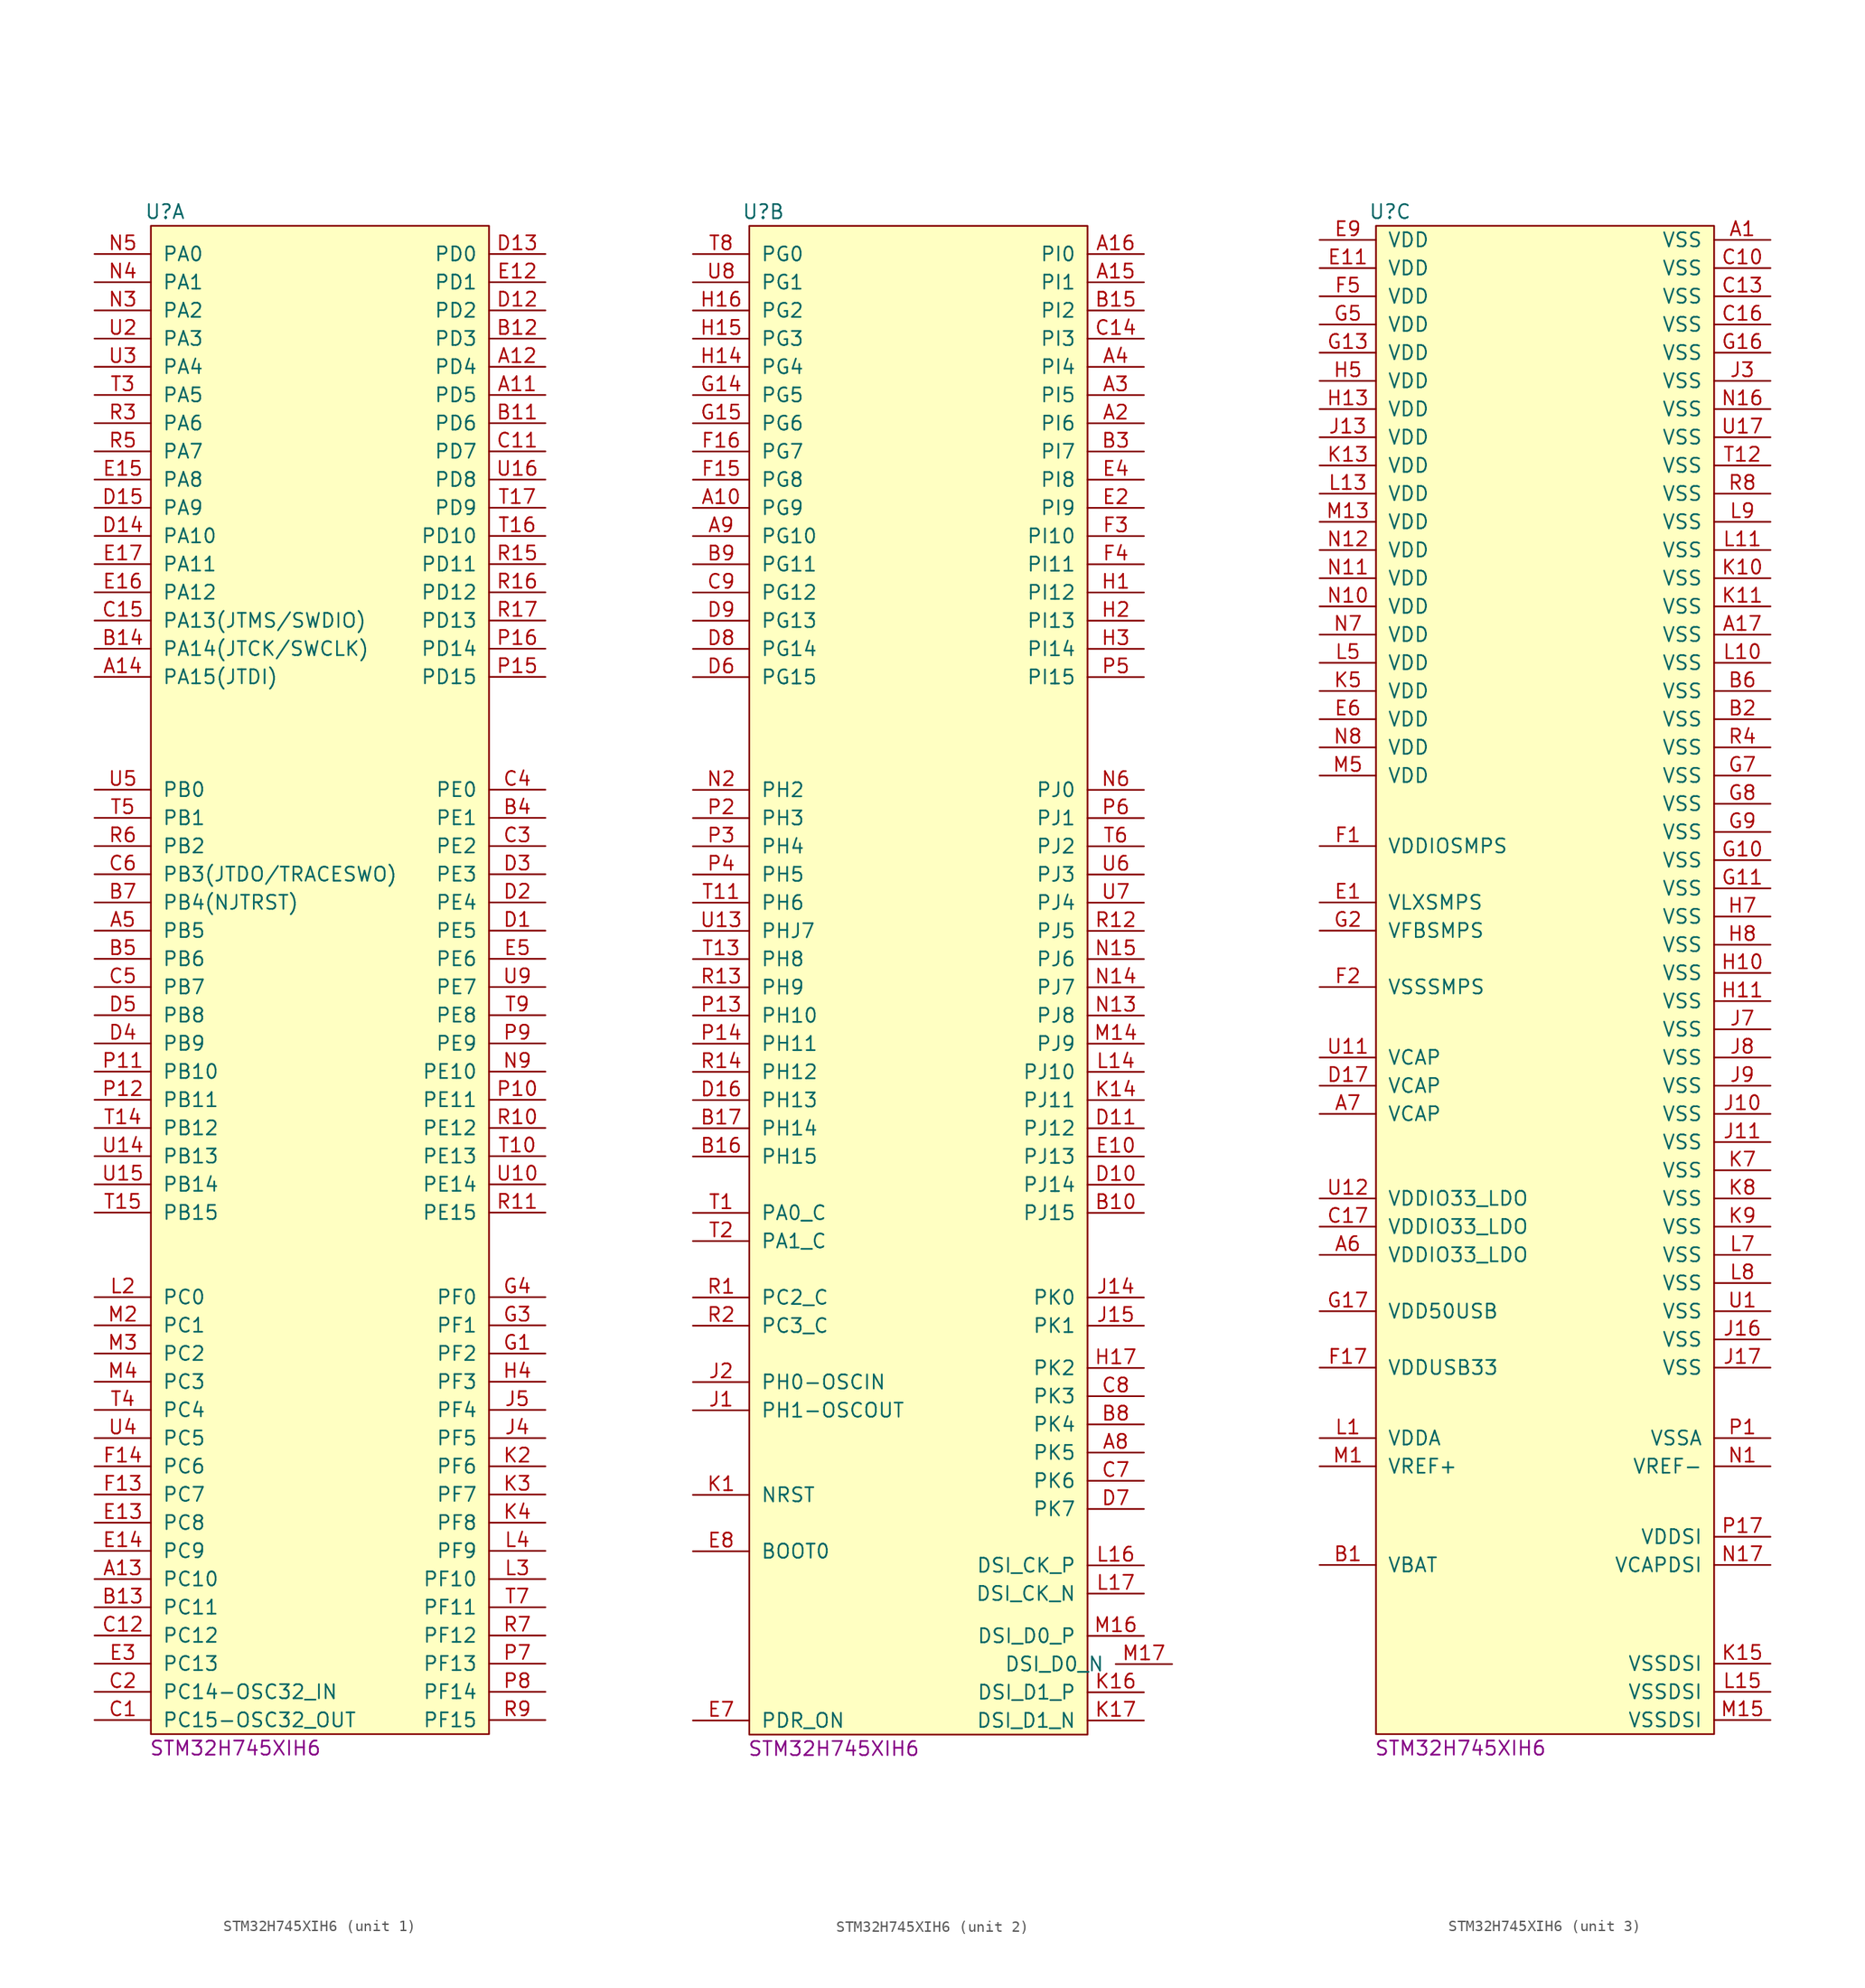
<source format=kicad_sym>
(kicad_symbol_lib
  (version 20220914)
  (generator kicad_symbol_editor)
  (symbol "STM32H745XIH6"
    (pin_names
      (offset 1.016))
    (property "Reference" "U"
      (at -24.13 1.27 0)
      (effects (font (size 1.27 1.27))))
    (property "_Value_" "STM32H745XIH6"
      (at -17.78 -137.16 0)
      (effects (font (size 1.27 1.27))))
    (symbol "STM32H745XIH6_0_1"
      (rectangle (start -25.4 0) (end 5.08 -135.89) (stroke (width 0) (type default)) (fill (type background))))
    (symbol "STM32H745XIH6_1_1"
      (pin bidirectional line (at 10.16 -15.24 180) (length 5.08) (name "PD5" (effects (font (size 1.27 1.27)))) (number "A11" (effects (font (size 1.27 1.27)))))
      (pin bidirectional line (at 10.16 -12.7 180) (length 5.08) (name "PD4" (effects (font (size 1.27 1.27)))) (number "A12" (effects (font (size 1.27 1.27)))))
      (pin bidirectional line (at -30.48 -121.92 0) (length 5.08) (name "PC10" (effects (font (size 1.27 1.27)))) (number "A13" (effects (font (size 1.27 1.27)))))
      (pin bidirectional line (at -30.48 -40.64 0) (length 5.08) (name "PA15(JTDI)" (effects (font (size 1.27 1.27)))) (number "A14" (effects (font (size 1.27 1.27)))))
      (pin bidirectional line (at -30.48 -63.5 0) (length 5.08) (name "PB5" (effects (font (size 1.27 1.27)))) (number "A5" (effects (font (size 1.27 1.27)))))
      (pin bidirectional line (at 10.16 -17.78 180) (length 5.08) (name "PD6" (effects (font (size 1.27 1.27)))) (number "B11" (effects (font (size 1.27 1.27)))))
      (pin bidirectional line (at 10.16 -10.16 180) (length 5.08) (name "PD3" (effects (font (size 1.27 1.27)))) (number "B12" (effects (font (size 1.27 1.27)))))
      (pin bidirectional line (at -30.48 -124.46 0) (length 5.08) (name "PC11" (effects (font (size 1.27 1.27)))) (number "B13" (effects (font (size 1.27 1.27)))))
      (pin bidirectional line (at -30.48 -38.1 0) (length 5.08) (name "PA14(JTCK/SWCLK)" (effects (font (size 1.27 1.27)))) (number "B14" (effects (font (size 1.27 1.27)))))
      (pin bidirectional line (at 10.16 -53.34 180) (length 5.08) (name "PE1" (effects (font (size 1.27 1.27)))) (number "B4" (effects (font (size 1.27 1.27)))))
      (pin bidirectional line (at -30.48 -66.04 0) (length 5.08) (name "PB6" (effects (font (size 1.27 1.27)))) (number "B5" (effects (font (size 1.27 1.27)))))
      (pin bidirectional line (at -30.48 -60.96 0) (length 5.08) (name "PB4(NJTRST)" (effects (font (size 1.27 1.27)))) (number "B7" (effects (font (size 1.27 1.27)))))
      (pin bidirectional line (at -30.48 -134.62 0) (length 5.08) (name "PC15-OSC32_OUT" (effects (font (size 1.27 1.27)))) (number "C1" (effects (font (size 1.27 1.27)))))
      (pin bidirectional line (at 10.16 -20.32 180) (length 5.08) (name "PD7" (effects (font (size 1.27 1.27)))) (number "C11" (effects (font (size 1.27 1.27)))))
      (pin bidirectional line (at -30.48 -127 0) (length 5.08) (name "PC12" (effects (font (size 1.27 1.27)))) (number "C12" (effects (font (size 1.27 1.27)))))
      (pin bidirectional line (at -30.48 -35.56 0) (length 5.08) (name "PA13(JTMS/SWDIO)" (effects (font (size 1.27 1.27)))) (number "C15" (effects (font (size 1.27 1.27)))))
      (pin bidirectional line (at -30.48 -132.08 0) (length 5.08) (name "PC14-OSC32_IN" (effects (font (size 1.27 1.27)))) (number "C2" (effects (font (size 1.27 1.27)))))
      (pin bidirectional line (at 10.16 -55.88 180) (length 5.08) (name "PE2" (effects (font (size 1.27 1.27)))) (number "C3" (effects (font (size 1.27 1.27)))))
      (pin bidirectional line (at 10.16 -50.8 180) (length 5.08) (name "PE0" (effects (font (size 1.27 1.27)))) (number "C4" (effects (font (size 1.27 1.27)))))
      (pin bidirectional line (at -30.48 -68.58 0) (length 5.08) (name "PB7" (effects (font (size 1.27 1.27)))) (number "C5" (effects (font (size 1.27 1.27)))))
      (pin bidirectional line (at -30.48 -58.42 0) (length 5.08) (name "PB3(JTDO/TRACESWO)" (effects (font (size 1.27 1.27)))) (number "C6" (effects (font (size 1.27 1.27)))))
      (pin bidirectional line (at 10.16 -63.5 180) (length 5.08) (name "PE5" (effects (font (size 1.27 1.27)))) (number "D1" (effects (font (size 1.27 1.27)))))
      (pin bidirectional line (at 10.16 -7.62 180) (length 5.08) (name "PD2" (effects (font (size 1.27 1.27)))) (number "D12" (effects (font (size 1.27 1.27)))))
      (pin bidirectional line (at 10.16 -2.54 180) (length 5.08) (name "PD0" (effects (font (size 1.27 1.27)))) (number "D13" (effects (font (size 1.27 1.27)))))
      (pin bidirectional line (at -30.48 -27.94 0) (length 5.08) (name "PA10" (effects (font (size 1.27 1.27)))) (number "D14" (effects (font (size 1.27 1.27)))))
      (pin bidirectional line (at -30.48 -25.4 0) (length 5.08) (name "PA9" (effects (font (size 1.27 1.27)))) (number "D15" (effects (font (size 1.27 1.27)))))
      (pin bidirectional line (at 10.16 -60.96 180) (length 5.08) (name "PE4" (effects (font (size 1.27 1.27)))) (number "D2" (effects (font (size 1.27 1.27)))))
      (pin bidirectional line (at 10.16 -58.42 180) (length 5.08) (name "PE3" (effects (font (size 1.27 1.27)))) (number "D3" (effects (font (size 1.27 1.27)))))
      (pin bidirectional line (at -30.48 -73.66 0) (length 5.08) (name "PB9" (effects (font (size 1.27 1.27)))) (number "D4" (effects (font (size 1.27 1.27)))))
      (pin bidirectional line (at -30.48 -71.12 0) (length 5.08) (name "PB8" (effects (font (size 1.27 1.27)))) (number "D5" (effects (font (size 1.27 1.27)))))
      (pin bidirectional line (at 10.16 -5.08 180) (length 5.08) (name "PD1" (effects (font (size 1.27 1.27)))) (number "E12" (effects (font (size 1.27 1.27)))))
      (pin bidirectional line (at -30.48 -116.84 0) (length 5.08) (name "PC8" (effects (font (size 1.27 1.27)))) (number "E13" (effects (font (size 1.27 1.27)))))
      (pin bidirectional line (at -30.48 -119.38 0) (length 5.08) (name "PC9" (effects (font (size 1.27 1.27)))) (number "E14" (effects (font (size 1.27 1.27)))))
      (pin bidirectional line (at -30.48 -22.86 0) (length 5.08) (name "PA8" (effects (font (size 1.27 1.27)))) (number "E15" (effects (font (size 1.27 1.27)))))
      (pin bidirectional line (at -30.48 -33.02 0) (length 5.08) (name "PA12" (effects (font (size 1.27 1.27)))) (number "E16" (effects (font (size 1.27 1.27)))))
      (pin bidirectional line (at -30.48 -30.48 0) (length 5.08) (name "PA11" (effects (font (size 1.27 1.27)))) (number "E17" (effects (font (size 1.27 1.27)))))
      (pin bidirectional line (at -30.48 -129.54 0) (length 5.08) (name "PC13" (effects (font (size 1.27 1.27)))) (number "E3" (effects (font (size 1.27 1.27)))))
      (pin bidirectional line (at 10.16 -66.04 180) (length 5.08) (name "PE6" (effects (font (size 1.27 1.27)))) (number "E5" (effects (font (size 1.27 1.27)))))
      (pin bidirectional line (at -30.48 -114.3 0) (length 5.08) (name "PC7" (effects (font (size 1.27 1.27)))) (number "F13" (effects (font (size 1.27 1.27)))))
      (pin bidirectional line (at -30.48 -111.76 0) (length 5.08) (name "PC6" (effects (font (size 1.27 1.27)))) (number "F14" (effects (font (size 1.27 1.27)))))
      (pin bidirectional line (at 10.16 -101.6 180) (length 5.08) (name "PF2" (effects (font (size 1.27 1.27)))) (number "G1" (effects (font (size 1.27 1.27)))))
      (pin bidirectional line (at 10.16 -99.06 180) (length 5.08) (name "PF1" (effects (font (size 1.27 1.27)))) (number "G3" (effects (font (size 1.27 1.27)))))
      (pin bidirectional line (at 10.16 -96.52 180) (length 5.08) (name "PF0" (effects (font (size 1.27 1.27)))) (number "G4" (effects (font (size 1.27 1.27)))))
      (pin bidirectional line (at 10.16 -104.14 180) (length 5.08) (name "PF3" (effects (font (size 1.27 1.27)))) (number "H4" (effects (font (size 1.27 1.27)))))
      (pin bidirectional line (at 10.16 -109.22 180) (length 5.08) (name "PF5" (effects (font (size 1.27 1.27)))) (number "J4" (effects (font (size 1.27 1.27)))))
      (pin bidirectional line (at 10.16 -106.68 180) (length 5.08) (name "PF4" (effects (font (size 1.27 1.27)))) (number "J5" (effects (font (size 1.27 1.27)))))
      (pin bidirectional line (at 10.16 -111.76 180) (length 5.08) (name "PF6" (effects (font (size 1.27 1.27)))) (number "K2" (effects (font (size 1.27 1.27)))))
      (pin bidirectional line (at 10.16 -114.3 180) (length 5.08) (name "PF7" (effects (font (size 1.27 1.27)))) (number "K3" (effects (font (size 1.27 1.27)))))
      (pin bidirectional line (at 10.16 -116.84 180) (length 5.08) (name "PF8" (effects (font (size 1.27 1.27)))) (number "K4" (effects (font (size 1.27 1.27)))))
      (pin bidirectional line (at -30.48 -96.52 0) (length 5.08) (name "PC0" (effects (font (size 1.27 1.27)))) (number "L2" (effects (font (size 1.27 1.27)))))
      (pin bidirectional line (at 10.16 -121.92 180) (length 5.08) (name "PF10" (effects (font (size 1.27 1.27)))) (number "L3" (effects (font (size 1.27 1.27)))))
      (pin bidirectional line (at 10.16 -119.38 180) (length 5.08) (name "PF9" (effects (font (size 1.27 1.27)))) (number "L4" (effects (font (size 1.27 1.27)))))
      (pin bidirectional line (at -30.48 -99.06 0) (length 5.08) (name "PC1" (effects (font (size 1.27 1.27)))) (number "M2" (effects (font (size 1.27 1.27)))))
      (pin bidirectional line (at -30.48 -101.6 0) (length 5.08) (name "PC2" (effects (font (size 1.27 1.27)))) (number "M3" (effects (font (size 1.27 1.27)))))
      (pin bidirectional line (at -30.48 -104.14 0) (length 5.08) (name "PC3" (effects (font (size 1.27 1.27)))) (number "M4" (effects (font (size 1.27 1.27)))))
      (pin bidirectional line (at -30.48 -7.62 0) (length 5.08) (name "PA2" (effects (font (size 1.27 1.27)))) (number "N3" (effects (font (size 1.27 1.27)))))
      (pin bidirectional line (at -30.48 -5.08 0) (length 5.08) (name "PA1" (effects (font (size 1.27 1.27)))) (number "N4" (effects (font (size 1.27 1.27)))))
      (pin bidirectional line (at -30.48 -2.54 0) (length 5.08) (name "PA0" (effects (font (size 1.27 1.27)))) (number "N5" (effects (font (size 1.27 1.27)))))
      (pin bidirectional line (at 10.16 -76.2 180) (length 5.08) (name "PE10" (effects (font (size 1.27 1.27)))) (number "N9" (effects (font (size 1.27 1.27)))))
      (pin bidirectional line (at 10.16 -78.74 180) (length 5.08) (name "PE11" (effects (font (size 1.27 1.27)))) (number "P10" (effects (font (size 1.27 1.27)))))
      (pin bidirectional line (at -30.48 -76.2 0) (length 5.08) (name "PB10" (effects (font (size 1.27 1.27)))) (number "P11" (effects (font (size 1.27 1.27)))))
      (pin bidirectional line (at -30.48 -78.74 0) (length 5.08) (name "PB11" (effects (font (size 1.27 1.27)))) (number "P12" (effects (font (size 1.27 1.27)))))
      (pin bidirectional line (at 10.16 -40.64 180) (length 5.08) (name "PD15" (effects (font (size 1.27 1.27)))) (number "P15" (effects (font (size 1.27 1.27)))))
      (pin bidirectional line (at 10.16 -38.1 180) (length 5.08) (name "PD14" (effects (font (size 1.27 1.27)))) (number "P16" (effects (font (size 1.27 1.27)))))
      (pin bidirectional line (at 10.16 -129.54 180) (length 5.08) (name "PF13" (effects (font (size 1.27 1.27)))) (number "P7" (effects (font (size 1.27 1.27)))))
      (pin bidirectional line (at 10.16 -132.08 180) (length 5.08) (name "PF14" (effects (font (size 1.27 1.27)))) (number "P8" (effects (font (size 1.27 1.27)))))
      (pin bidirectional line (at 10.16 -73.66 180) (length 5.08) (name "PE9" (effects (font (size 1.27 1.27)))) (number "P9" (effects (font (size 1.27 1.27)))))
      (pin bidirectional line (at 10.16 -81.28 180) (length 5.08) (name "PE12" (effects (font (size 1.27 1.27)))) (number "R10" (effects (font (size 1.27 1.27)))))
      (pin bidirectional line (at 10.16 -88.9 180) (length 5.08) (name "PE15" (effects (font (size 1.27 1.27)))) (number "R11" (effects (font (size 1.27 1.27)))))
      (pin bidirectional line (at 10.16 -30.48 180) (length 5.08) (name "PD11" (effects (font (size 1.27 1.27)))) (number "R15" (effects (font (size 1.27 1.27)))))
      (pin bidirectional line (at 10.16 -33.02 180) (length 5.08) (name "PD12" (effects (font (size 1.27 1.27)))) (number "R16" (effects (font (size 1.27 1.27)))))
      (pin bidirectional line (at 10.16 -35.56 180) (length 5.08) (name "PD13" (effects (font (size 1.27 1.27)))) (number "R17" (effects (font (size 1.27 1.27)))))
      (pin bidirectional line (at -30.48 -17.78 0) (length 5.08) (name "PA6" (effects (font (size 1.27 1.27)))) (number "R3" (effects (font (size 1.27 1.27)))))
      (pin bidirectional line (at -30.48 -20.32 0) (length 5.08) (name "PA7" (effects (font (size 1.27 1.27)))) (number "R5" (effects (font (size 1.27 1.27)))))
      (pin bidirectional line (at -30.48 -55.88 0) (length 5.08) (name "PB2" (effects (font (size 1.27 1.27)))) (number "R6" (effects (font (size 1.27 1.27)))))
      (pin bidirectional line (at 10.16 -127 180) (length 5.08) (name "PF12" (effects (font (size 1.27 1.27)))) (number "R7" (effects (font (size 1.27 1.27)))))
      (pin bidirectional line (at 10.16 -134.62 180) (length 5.08) (name "PF15" (effects (font (size 1.27 1.27)))) (number "R9" (effects (font (size 1.27 1.27)))))
      (pin bidirectional line (at 10.16 -83.82 180) (length 5.08) (name "PE13" (effects (font (size 1.27 1.27)))) (number "T10" (effects (font (size 1.27 1.27)))))
      (pin bidirectional line (at -30.48 -81.28 0) (length 5.08) (name "PB12" (effects (font (size 1.27 1.27)))) (number "T14" (effects (font (size 1.27 1.27)))))
      (pin bidirectional line (at -30.48 -88.9 0) (length 5.08) (name "PB15" (effects (font (size 1.27 1.27)))) (number "T15" (effects (font (size 1.27 1.27)))))
      (pin bidirectional line (at 10.16 -27.94 180) (length 5.08) (name "PD10" (effects (font (size 1.27 1.27)))) (number "T16" (effects (font (size 1.27 1.27)))))
      (pin bidirectional line (at 10.16 -25.4 180) (length 5.08) (name "PD9" (effects (font (size 1.27 1.27)))) (number "T17" (effects (font (size 1.27 1.27)))))
      (pin bidirectional line (at -30.48 -15.24 0) (length 5.08) (name "PA5" (effects (font (size 1.27 1.27)))) (number "T3" (effects (font (size 1.27 1.27)))))
      (pin bidirectional line (at -30.48 -106.68 0) (length 5.08) (name "PC4" (effects (font (size 1.27 1.27)))) (number "T4" (effects (font (size 1.27 1.27)))))
      (pin bidirectional line (at -30.48 -53.34 0) (length 5.08) (name "PB1" (effects (font (size 1.27 1.27)))) (number "T5" (effects (font (size 1.27 1.27)))))
      (pin bidirectional line (at 10.16 -124.46 180) (length 5.08) (name "PF11" (effects (font (size 1.27 1.27)))) (number "T7" (effects (font (size 1.27 1.27)))))
      (pin bidirectional line (at 10.16 -71.12 180) (length 5.08) (name "PE8" (effects (font (size 1.27 1.27)))) (number "T9" (effects (font (size 1.27 1.27)))))
      (pin bidirectional line (at 10.16 -86.36 180) (length 5.08) (name "PE14" (effects (font (size 1.27 1.27)))) (number "U10" (effects (font (size 1.27 1.27)))))
      (pin bidirectional line (at -30.48 -83.82 0) (length 5.08) (name "PB13" (effects (font (size 1.27 1.27)))) (number "U14" (effects (font (size 1.27 1.27)))))
      (pin bidirectional line (at -30.48 -86.36 0) (length 5.08) (name "PB14" (effects (font (size 1.27 1.27)))) (number "U15" (effects (font (size 1.27 1.27)))))
      (pin bidirectional line (at 10.16 -22.86 180) (length 5.08) (name "PD8" (effects (font (size 1.27 1.27)))) (number "U16" (effects (font (size 1.27 1.27)))))
      (pin bidirectional line (at -30.48 -10.16 0) (length 5.08) (name "PA3" (effects (font (size 1.27 1.27)))) (number "U2" (effects (font (size 1.27 1.27)))))
      (pin bidirectional line (at -30.48 -12.7 0) (length 5.08) (name "PA4" (effects (font (size 1.27 1.27)))) (number "U3" (effects (font (size 1.27 1.27)))))
      (pin bidirectional line (at -30.48 -109.22 0) (length 5.08) (name "PC5" (effects (font (size 1.27 1.27)))) (number "U4" (effects (font (size 1.27 1.27)))))
      (pin bidirectional line (at -30.48 -50.8 0) (length 5.08) (name "PB0" (effects (font (size 1.27 1.27)))) (number "U5" (effects (font (size 1.27 1.27)))))
      (pin bidirectional line (at 10.16 -68.58 180) (length 5.08) (name "PE7" (effects (font (size 1.27 1.27)))) (number "U9" (effects (font (size 1.27 1.27))))))
    (symbol "STM32H745XIH6_2_1"
      (pin bidirectional line (at -30.48 -25.4 0) (length 5.08) (name "PG9" (effects (font (size 1.27 1.27)))) (number "A10" (effects (font (size 1.27 1.27)))))
      (pin bidirectional line (at 10.16 -5.08 180) (length 5.08) (name "PI1" (effects (font (size 1.27 1.27)))) (number "A15" (effects (font (size 1.27 1.27)))))
      (pin bidirectional line (at 10.16 -2.54 180) (length 5.08) (name "PI0" (effects (font (size 1.27 1.27)))) (number "A16" (effects (font (size 1.27 1.27)))))
      (pin bidirectional line (at 10.16 -17.78 180) (length 5.08) (name "PI6" (effects (font (size 1.27 1.27)))) (number "A2" (effects (font (size 1.27 1.27)))))
      (pin bidirectional line (at 10.16 -15.24 180) (length 5.08) (name "PI5" (effects (font (size 1.27 1.27)))) (number "A3" (effects (font (size 1.27 1.27)))))
      (pin bidirectional line (at 10.16 -12.7 180) (length 5.08) (name "PI4" (effects (font (size 1.27 1.27)))) (number "A4" (effects (font (size 1.27 1.27)))))
      (pin bidirectional line (at 10.16 -110.49 180) (length 5.08) (name "PK5" (effects (font (size 1.27 1.27)))) (number "A8" (effects (font (size 1.27 1.27)))))
      (pin bidirectional line (at -30.48 -27.94 0) (length 5.08) (name "PG10" (effects (font (size 1.27 1.27)))) (number "A9" (effects (font (size 1.27 1.27)))))
      (pin bidirectional line (at 10.16 -88.9 180) (length 5.08) (name "PJ15" (effects (font (size 1.27 1.27)))) (number "B10" (effects (font (size 1.27 1.27)))))
      (pin bidirectional line (at 10.16 -7.62 180) (length 5.08) (name "PI2" (effects (font (size 1.27 1.27)))) (number "B15" (effects (font (size 1.27 1.27)))))
      (pin bidirectional line (at -30.48 -83.82 0) (length 5.08) (name "PH15" (effects (font (size 1.27 1.27)))) (number "B16" (effects (font (size 1.27 1.27)))))
      (pin bidirectional line (at -30.48 -81.28 0) (length 5.08) (name "PH14" (effects (font (size 1.27 1.27)))) (number "B17" (effects (font (size 1.27 1.27)))))
      (pin bidirectional line (at 10.16 -20.32 180) (length 5.08) (name "PI7" (effects (font (size 1.27 1.27)))) (number "B3" (effects (font (size 1.27 1.27)))))
      (pin bidirectional line (at 10.16 -107.95 180) (length 5.08) (name "PK4" (effects (font (size 1.27 1.27)))) (number "B8" (effects (font (size 1.27 1.27)))))
      (pin bidirectional line (at -30.48 -30.48 0) (length 5.08) (name "PG11" (effects (font (size 1.27 1.27)))) (number "B9" (effects (font (size 1.27 1.27)))))
      (pin bidirectional line (at 10.16 -10.16 180) (length 5.08) (name "PI3" (effects (font (size 1.27 1.27)))) (number "C14" (effects (font (size 1.27 1.27)))))
      (pin bidirectional line (at 10.16 -113.03 180) (length 5.08) (name "PK6" (effects (font (size 1.27 1.27)))) (number "C7" (effects (font (size 1.27 1.27)))))
      (pin bidirectional line (at 10.16 -105.41 180) (length 5.08) (name "PK3" (effects (font (size 1.27 1.27)))) (number "C8" (effects (font (size 1.27 1.27)))))
      (pin bidirectional line (at -30.48 -33.02 0) (length 5.08) (name "PG12" (effects (font (size 1.27 1.27)))) (number "C9" (effects (font (size 1.27 1.27)))))
      (pin bidirectional line (at 10.16 -86.36 180) (length 5.08) (name "PJ14" (effects (font (size 1.27 1.27)))) (number "D10" (effects (font (size 1.27 1.27)))))
      (pin bidirectional line (at 10.16 -81.28 180) (length 5.08) (name "PJ12" (effects (font (size 1.27 1.27)))) (number "D11" (effects (font (size 1.27 1.27)))))
      (pin bidirectional line (at -30.48 -78.74 0) (length 5.08) (name "PH13" (effects (font (size 1.27 1.27)))) (number "D16" (effects (font (size 1.27 1.27)))))
      (pin bidirectional line (at -30.48 -40.64 0) (length 5.08) (name "PG15" (effects (font (size 1.27 1.27)))) (number "D6" (effects (font (size 1.27 1.27)))))
      (pin bidirectional line (at 10.16 -115.57 180) (length 5.08) (name "PK7" (effects (font (size 1.27 1.27)))) (number "D7" (effects (font (size 1.27 1.27)))))
      (pin bidirectional line (at -30.48 -38.1 0) (length 5.08) (name "PG14" (effects (font (size 1.27 1.27)))) (number "D8" (effects (font (size 1.27 1.27)))))
      (pin bidirectional line (at -30.48 -35.56 0) (length 5.08) (name "PG13" (effects (font (size 1.27 1.27)))) (number "D9" (effects (font (size 1.27 1.27)))))
      (pin bidirectional line (at 10.16 -83.82 180) (length 5.08) (name "PJ13" (effects (font (size 1.27 1.27)))) (number "E10" (effects (font (size 1.27 1.27)))))
      (pin bidirectional line (at 10.16 -25.4 180) (length 5.08) (name "PI9" (effects (font (size 1.27 1.27)))) (number "E2" (effects (font (size 1.27 1.27)))))
      (pin bidirectional line (at 10.16 -22.86 180) (length 5.08) (name "PI8" (effects (font (size 1.27 1.27)))) (number "E4" (effects (font (size 1.27 1.27)))))
      (pin bidirectional line (at -30.48 -134.62 0) (length 5.08) (name "PDR_ON" (effects (font (size 1.27 1.27)))) (number "E7" (effects (font (size 1.27 1.27)))))
      (pin bidirectional line (at -30.48 -119.38 0) (length 5.08) (name "BOOT0" (effects (font (size 1.27 1.27)))) (number "E8" (effects (font (size 1.27 1.27)))))
      (pin bidirectional line (at -30.48 -22.86 0) (length 5.08) (name "PG8" (effects (font (size 1.27 1.27)))) (number "F15" (effects (font (size 1.27 1.27)))))
      (pin bidirectional line (at -30.48 -20.32 0) (length 5.08) (name "PG7" (effects (font (size 1.27 1.27)))) (number "F16" (effects (font (size 1.27 1.27)))))
      (pin bidirectional line (at 10.16 -27.94 180) (length 5.08) (name "PI10" (effects (font (size 1.27 1.27)))) (number "F3" (effects (font (size 1.27 1.27)))))
      (pin bidirectional line (at 10.16 -30.48 180) (length 5.08) (name "PI11" (effects (font (size 1.27 1.27)))) (number "F4" (effects (font (size 1.27 1.27)))))
      (pin bidirectional line (at -30.48 -15.24 0) (length 5.08) (name "PG5" (effects (font (size 1.27 1.27)))) (number "G14" (effects (font (size 1.27 1.27)))))
      (pin bidirectional line (at -30.48 -17.78 0) (length 5.08) (name "PG6" (effects (font (size 1.27 1.27)))) (number "G15" (effects (font (size 1.27 1.27)))))
      (pin bidirectional line (at 10.16 -33.02 180) (length 5.08) (name "PI12" (effects (font (size 1.27 1.27)))) (number "H1" (effects (font (size 1.27 1.27)))))
      (pin bidirectional line (at -30.48 -12.7 0) (length 5.08) (name "PG4" (effects (font (size 1.27 1.27)))) (number "H14" (effects (font (size 1.27 1.27)))))
      (pin bidirectional line (at -30.48 -10.16 0) (length 5.08) (name "PG3" (effects (font (size 1.27 1.27)))) (number "H15" (effects (font (size 1.27 1.27)))))
      (pin bidirectional line (at -30.48 -7.62 0) (length 5.08) (name "PG2" (effects (font (size 1.27 1.27)))) (number "H16" (effects (font (size 1.27 1.27)))))
      (pin bidirectional line (at 10.16 -102.87 180) (length 5.08) (name "PK2" (effects (font (size 1.27 1.27)))) (number "H17" (effects (font (size 1.27 1.27)))))
      (pin bidirectional line (at 10.16 -35.56 180) (length 5.08) (name "PI13" (effects (font (size 1.27 1.27)))) (number "H2" (effects (font (size 1.27 1.27)))))
      (pin bidirectional line (at 10.16 -38.1 180) (length 5.08) (name "PI14" (effects (font (size 1.27 1.27)))) (number "H3" (effects (font (size 1.27 1.27)))))
      (pin bidirectional line (at -30.48 -106.68 0) (length 5.08) (name "PH1-OSCOUT" (effects (font (size 1.27 1.27)))) (number "J1" (effects (font (size 1.27 1.27)))))
      (pin bidirectional line (at 10.16 -96.52 180) (length 5.08) (name "PK0" (effects (font (size 1.27 1.27)))) (number "J14" (effects (font (size 1.27 1.27)))))
      (pin bidirectional line (at 10.16 -99.06 180) (length 5.08) (name "PK1" (effects (font (size 1.27 1.27)))) (number "J15" (effects (font (size 1.27 1.27)))))
      (pin bidirectional line (at -30.48 -104.14 0) (length 5.08) (name "PH0-OSCIN" (effects (font (size 1.27 1.27)))) (number "J2" (effects (font (size 1.27 1.27)))))
      (pin bidirectional line (at -30.48 -114.3 0) (length 5.08) (name "NRST" (effects (font (size 1.27 1.27)))) (number "K1" (effects (font (size 1.27 1.27)))))
      (pin bidirectional line (at 10.16 -78.74 180) (length 5.08) (name "PJ11" (effects (font (size 1.27 1.27)))) (number "K14" (effects (font (size 1.27 1.27)))))
      (pin bidirectional line (at 10.16 -132.08 180) (length 5.08) (name "DSI_D1_P" (effects (font (size 1.27 1.27)))) (number "K16" (effects (font (size 1.27 1.27)))))
      (pin bidirectional line (at 10.16 -134.62 180) (length 5.08) (name "DSI_D1_N" (effects (font (size 1.27 1.27)))) (number "K17" (effects (font (size 1.27 1.27)))))
      (pin bidirectional line (at 10.16 -76.2 180) (length 5.08) (name "PJ10" (effects (font (size 1.27 1.27)))) (number "L14" (effects (font (size 1.27 1.27)))))
      (pin bidirectional line (at 10.16 -120.65 180) (length 5.08) (name "DSI_CK_P" (effects (font (size 1.27 1.27)))) (number "L16" (effects (font (size 1.27 1.27)))))
      (pin bidirectional line (at 10.16 -123.19 180) (length 5.08) (name "DSI_CK_N" (effects (font (size 1.27 1.27)))) (number "L17" (effects (font (size 1.27 1.27)))))
      (pin bidirectional line (at 10.16 -73.66 180) (length 5.08) (name "PJ9" (effects (font (size 1.27 1.27)))) (number "M14" (effects (font (size 1.27 1.27)))))
      (pin bidirectional line (at 10.16 -127 180) (length 5.08) (name "DSI_D0_P" (effects (font (size 1.27 1.27)))) (number "M16" (effects (font (size 1.27 1.27)))))
      (pin bidirectional line (at 12.7 -129.54 180) (length 5.08) (name "DSI_D0_N" (effects (font (size 1.27 1.27)))) (number "M17" (effects (font (size 1.27 1.27)))))
      (pin bidirectional line (at 10.16 -71.12 180) (length 5.08) (name "PJ8" (effects (font (size 1.27 1.27)))) (number "N13" (effects (font (size 1.27 1.27)))))
      (pin bidirectional line (at 10.16 -68.58 180) (length 5.08) (name "PJ7" (effects (font (size 1.27 1.27)))) (number "N14" (effects (font (size 1.27 1.27)))))
      (pin bidirectional line (at 10.16 -66.04 180) (length 5.08) (name "PJ6" (effects (font (size 1.27 1.27)))) (number "N15" (effects (font (size 1.27 1.27)))))
      (pin bidirectional line (at -30.48 -50.8 0) (length 5.08) (name "PH2" (effects (font (size 1.27 1.27)))) (number "N2" (effects (font (size 1.27 1.27)))))
      (pin bidirectional line (at 10.16 -50.8 180) (length 5.08) (name "PJ0" (effects (font (size 1.27 1.27)))) (number "N6" (effects (font (size 1.27 1.27)))))
      (pin bidirectional line (at -30.48 -71.12 0) (length 5.08) (name "PH10" (effects (font (size 1.27 1.27)))) (number "P13" (effects (font (size 1.27 1.27)))))
      (pin bidirectional line (at -30.48 -73.66 0) (length 5.08) (name "PH11" (effects (font (size 1.27 1.27)))) (number "P14" (effects (font (size 1.27 1.27)))))
      (pin bidirectional line (at -30.48 -53.34 0) (length 5.08) (name "PH3" (effects (font (size 1.27 1.27)))) (number "P2" (effects (font (size 1.27 1.27)))))
      (pin bidirectional line (at -30.48 -55.88 0) (length 5.08) (name "PH4" (effects (font (size 1.27 1.27)))) (number "P3" (effects (font (size 1.27 1.27)))))
      (pin bidirectional line (at -30.48 -58.42 0) (length 5.08) (name "PH5" (effects (font (size 1.27 1.27)))) (number "P4" (effects (font (size 1.27 1.27)))))
      (pin bidirectional line (at 10.16 -40.64 180) (length 5.08) (name "PI15" (effects (font (size 1.27 1.27)))) (number "P5" (effects (font (size 1.27 1.27)))))
      (pin bidirectional line (at 10.16 -53.34 180) (length 5.08) (name "PJ1" (effects (font (size 1.27 1.27)))) (number "P6" (effects (font (size 1.27 1.27)))))
      (pin bidirectional line (at -30.48 -96.52 0) (length 5.08) (name "PC2_C" (effects (font (size 1.27 1.27)))) (number "R1" (effects (font (size 1.27 1.27)))))
      (pin bidirectional line (at 10.16 -63.5 180) (length 5.08) (name "PJ5" (effects (font (size 1.27 1.27)))) (number "R12" (effects (font (size 1.27 1.27)))))
      (pin bidirectional line (at -30.48 -68.58 0) (length 5.08) (name "PH9" (effects (font (size 1.27 1.27)))) (number "R13" (effects (font (size 1.27 1.27)))))
      (pin bidirectional line (at -30.48 -76.2 0) (length 5.08) (name "PH12" (effects (font (size 1.27 1.27)))) (number "R14" (effects (font (size 1.27 1.27)))))
      (pin bidirectional line (at -30.48 -99.06 0) (length 5.08) (name "PC3_C" (effects (font (size 1.27 1.27)))) (number "R2" (effects (font (size 1.27 1.27)))))
      (pin bidirectional line (at -30.48 -88.9 0) (length 5.08) (name "PA0_C" (effects (font (size 1.27 1.27)))) (number "T1" (effects (font (size 1.27 1.27)))))
      (pin bidirectional line (at -30.48 -60.96 0) (length 5.08) (name "PH6" (effects (font (size 1.27 1.27)))) (number "T11" (effects (font (size 1.27 1.27)))))
      (pin bidirectional line (at -30.48 -66.04 0) (length 5.08) (name "PH8" (effects (font (size 1.27 1.27)))) (number "T13" (effects (font (size 1.27 1.27)))))
      (pin bidirectional line (at -30.48 -91.44 0) (length 5.08) (name "PA1_C" (effects (font (size 1.27 1.27)))) (number "T2" (effects (font (size 1.27 1.27)))))
      (pin bidirectional line (at 10.16 -55.88 180) (length 5.08) (name "PJ2" (effects (font (size 1.27 1.27)))) (number "T6" (effects (font (size 1.27 1.27)))))
      (pin bidirectional line (at -30.48 -2.54 0) (length 5.08) (name "PG0" (effects (font (size 1.27 1.27)))) (number "T8" (effects (font (size 1.27 1.27)))))
      (pin bidirectional line (at -30.48 -63.5 0) (length 5.08) (name "PHJ7" (effects (font (size 1.27 1.27)))) (number "U13" (effects (font (size 1.27 1.27)))))
      (pin bidirectional line (at 10.16 -58.42 180) (length 5.08) (name "PJ3" (effects (font (size 1.27 1.27)))) (number "U6" (effects (font (size 1.27 1.27)))))
      (pin bidirectional line (at 10.16 -60.96 180) (length 5.08) (name "PJ4" (effects (font (size 1.27 1.27)))) (number "U7" (effects (font (size 1.27 1.27)))))
      (pin bidirectional line (at -30.48 -5.08 0) (length 5.08) (name "PG1" (effects (font (size 1.27 1.27)))) (number "U8" (effects (font (size 1.27 1.27))))))
    (symbol "STM32H745XIH6_3_1"
      (pin passive line (at 10.16 -1.27 180) (length 5.08) (name "VSS" (effects (font (size 1.27 1.27)))) (number "A1" (effects (font (size 1.27 1.27)))))
      (pin passive line (at 10.16 -36.83 180) (length 5.08) (name "VSS" (effects (font (size 1.27 1.27)))) (number "A17" (effects (font (size 1.27 1.27)))))
      (pin power_in line (at -30.48 -92.71 0) (length 5.08) (name "VDDIO33_LDO" (effects (font (size 1.27 1.27)))) (number "A6" (effects (font (size 1.27 1.27)))))
      (pin power_in line (at -30.48 -80.01 0) (length 5.08) (name "VCAP" (effects (font (size 1.27 1.27)))) (number "A7" (effects (font (size 1.27 1.27)))))
      (pin power_in line (at -30.48 -120.65 0) (length 5.08) (name "VBAT" (effects (font (size 1.27 1.27)))) (number "B1" (effects (font (size 1.27 1.27)))))
      (pin passive line (at 10.16 -44.45 180) (length 5.08) (name "VSS" (effects (font (size 1.27 1.27)))) (number "B2" (effects (font (size 1.27 1.27)))))
      (pin passive line (at 10.16 -41.91 180) (length 5.08) (name "VSS" (effects (font (size 1.27 1.27)))) (number "B6" (effects (font (size 1.27 1.27)))))
      (pin passive line (at 10.16 -3.81 180) (length 5.08) (name "VSS" (effects (font (size 1.27 1.27)))) (number "C10" (effects (font (size 1.27 1.27)))))
      (pin passive line (at 10.16 -6.35 180) (length 5.08) (name "VSS" (effects (font (size 1.27 1.27)))) (number "C13" (effects (font (size 1.27 1.27)))))
      (pin passive line (at 10.16 -8.89 180) (length 5.08) (name "VSS" (effects (font (size 1.27 1.27)))) (number "C16" (effects (font (size 1.27 1.27)))))
      (pin power_in line (at -30.48 -90.17 0) (length 5.08) (name "VDDIO33_LDO" (effects (font (size 1.27 1.27)))) (number "C17" (effects (font (size 1.27 1.27)))))
      (pin power_in line (at -30.48 -77.47 0) (length 5.08) (name "VCAP" (effects (font (size 1.27 1.27)))) (number "D17" (effects (font (size 1.27 1.27)))))
      (pin power_in line (at -30.48 -60.96 0) (length 5.08) (name "VLXSMPS" (effects (font (size 1.27 1.27)))) (number "E1" (effects (font (size 1.27 1.27)))))
      (pin power_in line (at -30.48 -3.81 0) (length 5.08) (name "VDD" (effects (font (size 1.27 1.27)))) (number "E11" (effects (font (size 1.27 1.27)))))
      (pin power_in line (at -30.48 -44.45 0) (length 5.08) (name "VDD" (effects (font (size 1.27 1.27)))) (number "E6" (effects (font (size 1.27 1.27)))))
      (pin power_in line (at -30.48 -1.27 0) (length 5.08) (name "VDD" (effects (font (size 1.27 1.27)))) (number "E9" (effects (font (size 1.27 1.27)))))
      (pin power_in line (at -30.48 -55.88 0) (length 5.08) (name "VDDIOSMPS" (effects (font (size 1.27 1.27)))) (number "F1" (effects (font (size 1.27 1.27)))))
      (pin power_in line (at -30.48 -102.87 0) (length 5.08) (name "VDDUSB33" (effects (font (size 1.27 1.27)))) (number "F17" (effects (font (size 1.27 1.27)))))
      (pin power_in line (at -30.48 -68.58 0) (length 5.08) (name "VSSSMPS" (effects (font (size 1.27 1.27)))) (number "F2" (effects (font (size 1.27 1.27)))))
      (pin power_in line (at -30.48 -6.35 0) (length 5.08) (name "VDD" (effects (font (size 1.27 1.27)))) (number "F5" (effects (font (size 1.27 1.27)))))
      (pin passive line (at 10.16 -57.15 180) (length 5.08) (name "VSS" (effects (font (size 1.27 1.27)))) (number "G10" (effects (font (size 1.27 1.27)))))
      (pin passive line (at 10.16 -59.69 180) (length 5.08) (name "VSS" (effects (font (size 1.27 1.27)))) (number "G11" (effects (font (size 1.27 1.27)))))
      (pin power_in line (at -30.48 -11.43 0) (length 5.08) (name "VDD" (effects (font (size 1.27 1.27)))) (number "G13" (effects (font (size 1.27 1.27)))))
      (pin passive line (at 10.16 -11.43 180) (length 5.08) (name "VSS" (effects (font (size 1.27 1.27)))) (number "G16" (effects (font (size 1.27 1.27)))))
      (pin power_in line (at -30.48 -97.79 0) (length 5.08) (name "VDD50USB" (effects (font (size 1.27 1.27)))) (number "G17" (effects (font (size 1.27 1.27)))))
      (pin power_in line (at -30.48 -63.5 0) (length 5.08) (name "VFBSMPS" (effects (font (size 1.27 1.27)))) (number "G2" (effects (font (size 1.27 1.27)))))
      (pin power_in line (at -30.48 -8.89 0) (length 5.08) (name "VDD" (effects (font (size 1.27 1.27)))) (number "G5" (effects (font (size 1.27 1.27)))))
      (pin passive line (at 10.16 -49.53 180) (length 5.08) (name "VSS" (effects (font (size 1.27 1.27)))) (number "G7" (effects (font (size 1.27 1.27)))))
      (pin passive line (at 10.16 -52.07 180) (length 5.08) (name "VSS" (effects (font (size 1.27 1.27)))) (number "G8" (effects (font (size 1.27 1.27)))))
      (pin passive line (at 10.16 -54.61 180) (length 5.08) (name "VSS" (effects (font (size 1.27 1.27)))) (number "G9" (effects (font (size 1.27 1.27)))))
      (pin passive line (at 10.16 -67.31 180) (length 5.08) (name "VSS" (effects (font (size 1.27 1.27)))) (number "H10" (effects (font (size 1.27 1.27)))))
      (pin passive line (at 10.16 -69.85 180) (length 5.08) (name "VSS" (effects (font (size 1.27 1.27)))) (number "H11" (effects (font (size 1.27 1.27)))))
      (pin power_in line (at -30.48 -16.51 0) (length 5.08) (name "VDD" (effects (font (size 1.27 1.27)))) (number "H13" (effects (font (size 1.27 1.27)))))
      (pin power_in line (at -30.48 -13.97 0) (length 5.08) (name "VDD" (effects (font (size 1.27 1.27)))) (number "H5" (effects (font (size 1.27 1.27)))))
      (pin passive line (at 10.16 -62.23 180) (length 5.08) (name "VSS" (effects (font (size 1.27 1.27)))) (number "H7" (effects (font (size 1.27 1.27)))))
      (pin passive line (at 10.16 -64.77 180) (length 5.08) (name "VSS" (effects (font (size 1.27 1.27)))) (number "H8" (effects (font (size 1.27 1.27)))))
      (pin passive line (at 10.16 -80.01 180) (length 5.08) (name "VSS" (effects (font (size 1.27 1.27)))) (number "J10" (effects (font (size 1.27 1.27)))))
      (pin passive line (at 10.16 -82.55 180) (length 5.08) (name "VSS" (effects (font (size 1.27 1.27)))) (number "J11" (effects (font (size 1.27 1.27)))))
      (pin power_in line (at -30.48 -19.05 0) (length 5.08) (name "VDD" (effects (font (size 1.27 1.27)))) (number "J13" (effects (font (size 1.27 1.27)))))
      (pin passive line (at 10.16 -100.33 180) (length 5.08) (name "VSS" (effects (font (size 1.27 1.27)))) (number "J16" (effects (font (size 1.27 1.27)))))
      (pin passive line (at 10.16 -102.87 180) (length 5.08) (name "VSS" (effects (font (size 1.27 1.27)))) (number "J17" (effects (font (size 1.27 1.27)))))
      (pin passive line (at 10.16 -13.97 180) (length 5.08) (name "VSS" (effects (font (size 1.27 1.27)))) (number "J3" (effects (font (size 1.27 1.27)))))
      (pin passive line (at 10.16 -72.39 180) (length 5.08) (name "VSS" (effects (font (size 1.27 1.27)))) (number "J7" (effects (font (size 1.27 1.27)))))
      (pin passive line (at 10.16 -74.93 180) (length 5.08) (name "VSS" (effects (font (size 1.27 1.27)))) (number "J8" (effects (font (size 1.27 1.27)))))
      (pin passive line (at 10.16 -77.47 180) (length 5.08) (name "VSS" (effects (font (size 1.27 1.27)))) (number "J9" (effects (font (size 1.27 1.27)))))
      (pin passive line (at 10.16 -31.75 180) (length 5.08) (name "VSS" (effects (font (size 1.27 1.27)))) (number "K10" (effects (font (size 1.27 1.27)))))
      (pin passive line (at 10.16 -34.29 180) (length 5.08) (name "VSS" (effects (font (size 1.27 1.27)))) (number "K11" (effects (font (size 1.27 1.27)))))
      (pin power_in line (at -30.48 -21.59 0) (length 5.08) (name "VDD" (effects (font (size 1.27 1.27)))) (number "K13" (effects (font (size 1.27 1.27)))))
      (pin passive line (at 10.16 -129.54 180) (length 5.08) (name "VSSDSI" (effects (font (size 1.27 1.27)))) (number "K15" (effects (font (size 1.27 1.27)))))
      (pin power_in line (at -30.48 -41.91 0) (length 5.08) (name "VDD" (effects (font (size 1.27 1.27)))) (number "K5" (effects (font (size 1.27 1.27)))))
      (pin passive line (at 10.16 -85.09 180) (length 5.08) (name "VSS" (effects (font (size 1.27 1.27)))) (number "K7" (effects (font (size 1.27 1.27)))))
      (pin passive line (at 10.16 -87.63 180) (length 5.08) (name "VSS" (effects (font (size 1.27 1.27)))) (number "K8" (effects (font (size 1.27 1.27)))))
      (pin passive line (at 10.16 -90.17 180) (length 5.08) (name "VSS" (effects (font (size 1.27 1.27)))) (number "K9" (effects (font (size 1.27 1.27)))))
      (pin power_in line (at -30.48 -109.22 0) (length 5.08) (name "VDDA" (effects (font (size 1.27 1.27)))) (number "L1" (effects (font (size 1.27 1.27)))))
      (pin passive line (at 10.16 -39.37 180) (length 5.08) (name "VSS" (effects (font (size 1.27 1.27)))) (number "L10" (effects (font (size 1.27 1.27)))))
      (pin passive line (at 10.16 -29.21 180) (length 5.08) (name "VSS" (effects (font (size 1.27 1.27)))) (number "L11" (effects (font (size 1.27 1.27)))))
      (pin power_in line (at -30.48 -24.13 0) (length 5.08) (name "VDD" (effects (font (size 1.27 1.27)))) (number "L13" (effects (font (size 1.27 1.27)))))
      (pin passive line (at 10.16 -132.08 180) (length 5.08) (name "VSSDSI" (effects (font (size 1.27 1.27)))) (number "L15" (effects (font (size 1.27 1.27)))))
      (pin power_in line (at -30.48 -39.37 0) (length 5.08) (name "VDD" (effects (font (size 1.27 1.27)))) (number "L5" (effects (font (size 1.27 1.27)))))
      (pin passive line (at 10.16 -92.71 180) (length 5.08) (name "VSS" (effects (font (size 1.27 1.27)))) (number "L7" (effects (font (size 1.27 1.27)))))
      (pin passive line (at 10.16 -95.25 180) (length 5.08) (name "VSS" (effects (font (size 1.27 1.27)))) (number "L8" (effects (font (size 1.27 1.27)))))
      (pin passive line (at 10.16 -26.67 180) (length 5.08) (name "VSS" (effects (font (size 1.27 1.27)))) (number "L9" (effects (font (size 1.27 1.27)))))
      (pin power_in line (at -30.48 -111.76 0) (length 5.08) (name "VREF+" (effects (font (size 1.27 1.27)))) (number "M1" (effects (font (size 1.27 1.27)))))
      (pin power_in line (at -30.48 -26.67 0) (length 5.08) (name "VDD" (effects (font (size 1.27 1.27)))) (number "M13" (effects (font (size 1.27 1.27)))))
      (pin passive line (at 10.16 -134.62 180) (length 5.08) (name "VSSDSI" (effects (font (size 1.27 1.27)))) (number "M15" (effects (font (size 1.27 1.27)))))
      (pin power_in line (at -30.48 -49.53 0) (length 5.08) (name "VDD" (effects (font (size 1.27 1.27)))) (number "M5" (effects (font (size 1.27 1.27)))))
      (pin passive line (at 10.16 -111.76 180) (length 5.08) (name "VREF-" (effects (font (size 1.27 1.27)))) (number "N1" (effects (font (size 1.27 1.27)))))
      (pin power_in line (at -30.48 -34.29 0) (length 5.08) (name "VDD" (effects (font (size 1.27 1.27)))) (number "N10" (effects (font (size 1.27 1.27)))))
      (pin power_in line (at -30.48 -31.75 0) (length 5.08) (name "VDD" (effects (font (size 1.27 1.27)))) (number "N11" (effects (font (size 1.27 1.27)))))
      (pin power_in line (at -30.48 -29.21 0) (length 5.08) (name "VDD" (effects (font (size 1.27 1.27)))) (number "N12" (effects (font (size 1.27 1.27)))))
      (pin passive line (at 10.16 -16.51 180) (length 5.08) (name "VSS" (effects (font (size 1.27 1.27)))) (number "N16" (effects (font (size 1.27 1.27)))))
      (pin passive line (at 10.16 -120.65 180) (length 5.08) (name "VCAPDSI" (effects (font (size 1.27 1.27)))) (number "N17" (effects (font (size 1.27 1.27)))))
      (pin power_in line (at -30.48 -36.83 0) (length 5.08) (name "VDD" (effects (font (size 1.27 1.27)))) (number "N7" (effects (font (size 1.27 1.27)))))
      (pin power_in line (at -30.48 -46.99 0) (length 5.08) (name "VDD" (effects (font (size 1.27 1.27)))) (number "N8" (effects (font (size 1.27 1.27)))))
      (pin passive line (at 10.16 -109.22 180) (length 5.08) (name "VSSA" (effects (font (size 1.27 1.27)))) (number "P1" (effects (font (size 1.27 1.27)))))
      (pin passive line (at 10.16 -118.11 180) (length 5.08) (name "VDDSI" (effects (font (size 1.27 1.27)))) (number "P17" (effects (font (size 1.27 1.27)))))
      (pin passive line (at 10.16 -46.99 180) (length 5.08) (name "VSS" (effects (font (size 1.27 1.27)))) (number "R4" (effects (font (size 1.27 1.27)))))
      (pin passive line (at 10.16 -24.13 180) (length 5.08) (name "VSS" (effects (font (size 1.27 1.27)))) (number "R8" (effects (font (size 1.27 1.27)))))
      (pin passive line (at 10.16 -21.59 180) (length 5.08) (name "VSS" (effects (font (size 1.27 1.27)))) (number "T12" (effects (font (size 1.27 1.27)))))
      (pin passive line (at 10.16 -97.79 180) (length 5.08) (name "VSS" (effects (font (size 1.27 1.27)))) (number "U1" (effects (font (size 1.27 1.27)))))
      (pin power_in line (at -30.48 -74.93 0) (length 5.08) (name "VCAP" (effects (font (size 1.27 1.27)))) (number "U11" (effects (font (size 1.27 1.27)))))
      (pin power_in line (at -30.48 -87.63 0) (length 5.08) (name "VDDIO33_LDO" (effects (font (size 1.27 1.27)))) (number "U12" (effects (font (size 1.27 1.27)))))
      (pin passive line (at 10.16 -19.05 180) (length 5.08) (name "VSS" (effects (font (size 1.27 1.27)))) (number "U17" (effects (font (size 1.27 1.27))))))))
</source>
